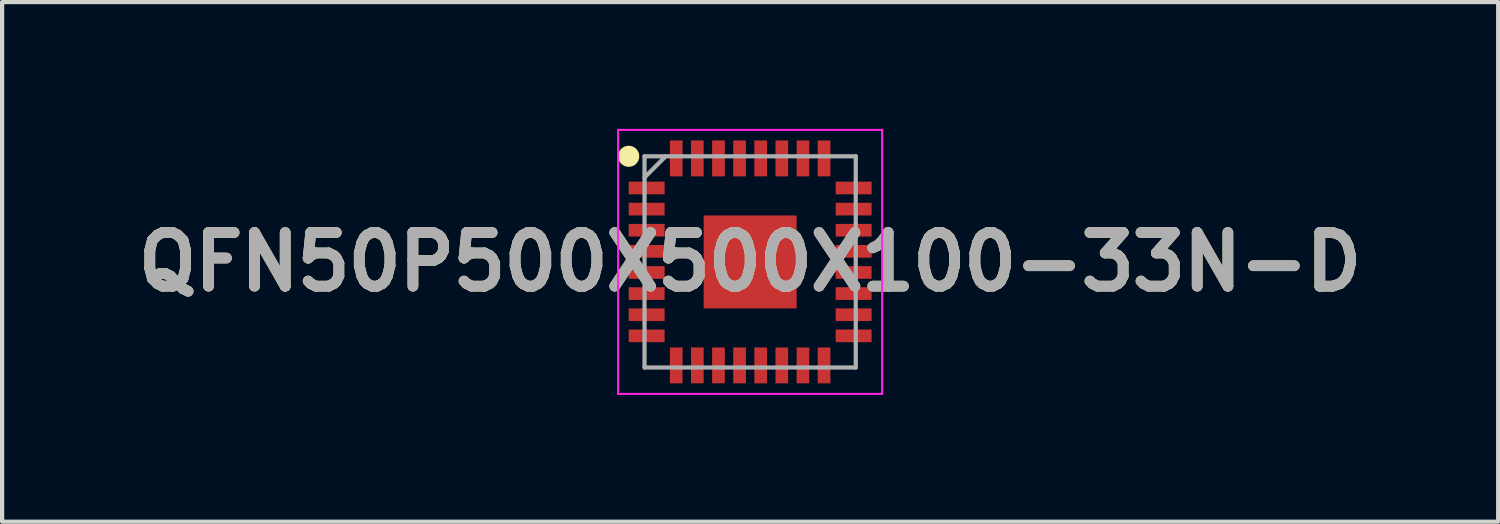
<source format=kicad_pcb>
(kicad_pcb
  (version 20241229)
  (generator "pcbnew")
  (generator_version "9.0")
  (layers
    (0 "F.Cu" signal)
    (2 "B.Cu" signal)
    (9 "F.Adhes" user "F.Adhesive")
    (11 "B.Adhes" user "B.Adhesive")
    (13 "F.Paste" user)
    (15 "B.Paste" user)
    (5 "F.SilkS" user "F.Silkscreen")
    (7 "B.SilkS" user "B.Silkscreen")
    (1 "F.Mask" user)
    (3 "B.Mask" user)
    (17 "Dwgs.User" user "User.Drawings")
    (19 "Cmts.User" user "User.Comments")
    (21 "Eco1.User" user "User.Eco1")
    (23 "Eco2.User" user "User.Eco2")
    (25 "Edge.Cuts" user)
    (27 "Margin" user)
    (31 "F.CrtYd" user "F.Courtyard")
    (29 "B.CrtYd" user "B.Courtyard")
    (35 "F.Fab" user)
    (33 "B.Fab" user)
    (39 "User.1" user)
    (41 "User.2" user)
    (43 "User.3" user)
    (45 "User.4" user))
  (footprint "QFN50P500X500X100-33N-D"
    (layer "F.Cu")
    (at 14.708 3.15)
    (property "Reference" "QFN50P500X500X100-33N-D" (at 0 0 0) (layer "F.SilkS") (effects (font (size 1.27 1.27) (thickness 0.254))))
    (attr smd)
    (fp_circle (center -2.875 -2.5) (end -2.875 -2.375) (stroke (width 0.25) (type solid)) (fill no) (layer "F.SilkS"))
    (fp_line (start -3.125 -3.125) (end 3.125 -3.125) (stroke (width 0.05) (type solid)) (layer "F.CrtYd"))
    (fp_line (start -3.125 3.125) (end -3.125 -3.125) (stroke (width 0.05) (type solid)) (layer "F.CrtYd"))
    (fp_line (start 3.125 -3.125) (end 3.125 3.125) (stroke (width 0.05) (type solid)) (layer "F.CrtYd"))
    (fp_line (start 3.125 3.125) (end -3.125 3.125) (stroke (width 0.05) (type solid)) (layer "F.CrtYd"))
    (fp_line (start -2.5 -2.5) (end 2.5 -2.5) (stroke (width 0.1) (type solid)) (layer "F.Fab"))
    (fp_line (start -2.5 -2) (end -2 -2.5) (stroke (width 0.1) (type solid)) (layer "F.Fab"))
    (fp_line (start -2.5 2.5) (end -2.5 -2.5) (stroke (width 0.1) (type solid)) (layer "F.Fab"))
    (fp_line (start 2.5 -2.5) (end 2.5 2.5) (stroke (width 0.1) (type solid)) (layer "F.Fab"))
    (fp_line (start 2.5 2.5) (end -2.5 2.5) (stroke (width 0.1) (type solid)) (layer "F.Fab"))
    (fp_text user "${REFERENCE}" (at 0 0 0) (layer "F.Fab") (effects (font (size 1.27 1.27) (thickness 0.254))))
    (pad "1" smd rect (at -2.45 -1.75 90) (size 0.3 0.85) (layers "F.Cu" "F.Mask" "F.Paste"))
    (pad "2" smd rect (at -2.45 -1.25 90) (size 0.3 0.85) (layers "F.Cu" "F.Mask" "F.Paste"))
    (pad "3" smd rect (at -2.45 -0.75 90) (size 0.3 0.85) (layers "F.Cu" "F.Mask" "F.Paste"))
    (pad "4" smd rect (at -2.45 -0.25 90) (size 0.3 0.85) (layers "F.Cu" "F.Mask" "F.Paste"))
    (pad "5" smd rect (at -2.45 0.25 90) (size 0.3 0.85) (layers "F.Cu" "F.Mask" "F.Paste"))
    (pad "6" smd rect (at -2.45 0.75 90) (size 0.3 0.85) (layers "F.Cu" "F.Mask" "F.Paste"))
    (pad "7" smd rect (at -2.45 1.25 90) (size 0.3 0.85) (layers "F.Cu" "F.Mask" "F.Paste"))
    (pad "8" smd rect (at -2.45 1.75 90) (size 0.3 0.85) (layers "F.Cu" "F.Mask" "F.Paste"))
    (pad "9" smd rect (at -1.75 2.45) (size 0.3 0.85) (layers "F.Cu" "F.Mask" "F.Paste"))
    (pad "10" smd rect (at -1.25 2.45) (size 0.3 0.85) (layers "F.Cu" "F.Mask" "F.Paste"))
    (pad "11" smd rect (at -0.75 2.45) (size 0.3 0.85) (layers "F.Cu" "F.Mask" "F.Paste"))
    (pad "12" smd rect (at -0.25 2.45) (size 0.3 0.85) (layers "F.Cu" "F.Mask" "F.Paste"))
    (pad "13" smd rect (at 0.25 2.45) (size 0.3 0.85) (layers "F.Cu" "F.Mask" "F.Paste"))
    (pad "14" smd rect (at 0.75 2.45) (size 0.3 0.85) (layers "F.Cu" "F.Mask" "F.Paste"))
    (pad "15" smd rect (at 1.25 2.45) (size 0.3 0.85) (layers "F.Cu" "F.Mask" "F.Paste"))
    (pad "16" smd rect (at 1.75 2.45) (size 0.3 0.85) (layers "F.Cu" "F.Mask" "F.Paste"))
    (pad "17" smd rect (at 2.45 1.75 90) (size 0.3 0.85) (layers "F.Cu" "F.Mask" "F.Paste"))
    (pad "18" smd rect (at 2.45 1.25 90) (size 0.3 0.85) (layers "F.Cu" "F.Mask" "F.Paste"))
    (pad "19" smd rect (at 2.45 0.75 90) (size 0.3 0.85) (layers "F.Cu" "F.Mask" "F.Paste"))
    (pad "20" smd rect (at 2.45 0.25 90) (size 0.3 0.85) (layers "F.Cu" "F.Mask" "F.Paste"))
    (pad "21" smd rect (at 2.45 -0.25 90) (size 0.3 0.85) (layers "F.Cu" "F.Mask" "F.Paste"))
    (pad "22" smd rect (at 2.45 -0.75 90) (size 0.3 0.85) (layers "F.Cu" "F.Mask" "F.Paste"))
    (pad "23" smd rect (at 2.45 -1.25 90) (size 0.3 0.85) (layers "F.Cu" "F.Mask" "F.Paste"))
    (pad "24" smd rect (at 2.45 -1.75 90) (size 0.3 0.85) (layers "F.Cu" "F.Mask" "F.Paste"))
    (pad "25" smd rect (at 1.75 -2.45) (size 0.3 0.85) (layers "F.Cu" "F.Mask" "F.Paste"))
    (pad "26" smd rect (at 1.25 -2.45) (size 0.3 0.85) (layers "F.Cu" "F.Mask" "F.Paste"))
    (pad "27" smd rect (at 0.75 -2.45) (size 0.3 0.85) (layers "F.Cu" "F.Mask" "F.Paste"))
    (pad "28" smd rect (at 0.25 -2.45) (size 0.3 0.85) (layers "F.Cu" "F.Mask" "F.Paste"))
    (pad "29" smd rect (at -0.25 -2.45) (size 0.3 0.85) (layers "F.Cu" "F.Mask" "F.Paste"))
    (pad "30" smd rect (at -0.75 -2.45) (size 0.3 0.85) (layers "F.Cu" "F.Mask" "F.Paste"))
    (pad "31" smd rect (at -1.25 -2.45) (size 0.3 0.85) (layers "F.Cu" "F.Mask" "F.Paste"))
    (pad "32" smd rect (at -1.75 -2.45) (size 0.3 0.85) (layers "F.Cu" "F.Mask" "F.Paste"))
    (pad "33" smd rect (at 0 0) (size 2.2 2.2) (layers "F.Cu" "F.Mask" "F.Paste")))
  (gr_rect
    (start -3 -3)
    (end 32.416 9.3)
    (stroke (width 0.1) (type default))
    (fill no)
    (layer "Edge.Cuts")))
</source>
